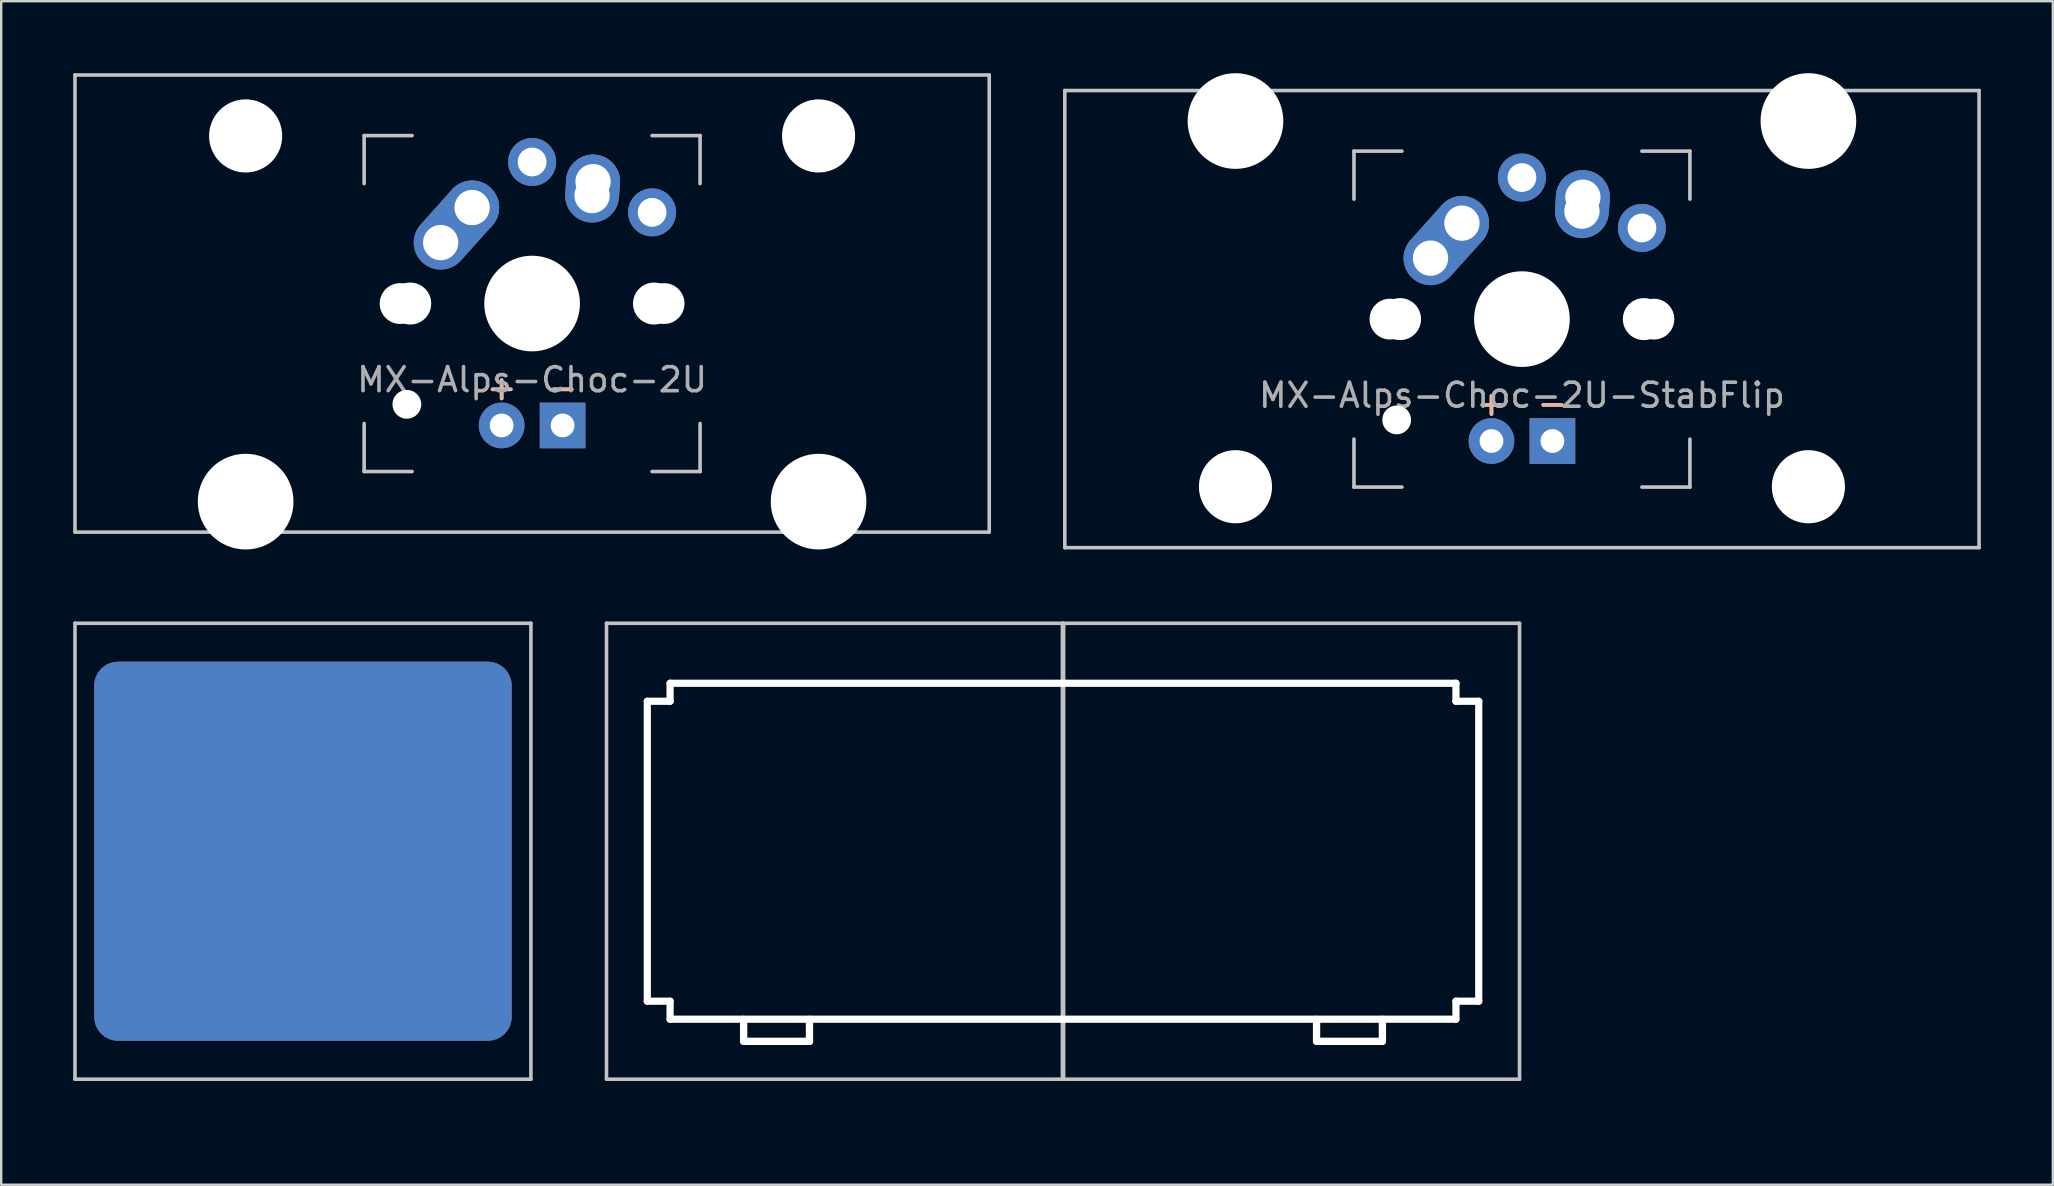
<source format=kicad_pcb>
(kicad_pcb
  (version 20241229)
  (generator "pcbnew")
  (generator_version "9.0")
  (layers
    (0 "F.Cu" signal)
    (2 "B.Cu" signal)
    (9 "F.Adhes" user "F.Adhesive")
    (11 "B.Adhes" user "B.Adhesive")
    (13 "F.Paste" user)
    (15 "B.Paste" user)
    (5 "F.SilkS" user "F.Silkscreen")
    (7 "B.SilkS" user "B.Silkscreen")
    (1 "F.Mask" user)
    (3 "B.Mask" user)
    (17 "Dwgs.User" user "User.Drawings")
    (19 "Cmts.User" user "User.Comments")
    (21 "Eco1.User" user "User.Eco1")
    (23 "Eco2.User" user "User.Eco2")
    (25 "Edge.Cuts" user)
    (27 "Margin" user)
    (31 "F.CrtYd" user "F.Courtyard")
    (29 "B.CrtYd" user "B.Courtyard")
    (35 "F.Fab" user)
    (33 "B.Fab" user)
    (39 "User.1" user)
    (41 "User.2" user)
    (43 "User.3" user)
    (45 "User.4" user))
  (footprint "MX-Alps_FMask"
    (layer "F.Cu")
    (at 9.575 32.424)
    (property "Reference" "MX-Alps_FMask" (at 0.25 10.05 0) (layer "Eco2.User") (effects (font (size 1 1) (thickness 0.15))))
    (attr through_hole)
    (fp_line (start -9.5 -9.5) (end 9.5 -9.5) (stroke (width 0.15) (type solid)) (layer "Dwgs.User"))
    (fp_line (start -9.5 9.5) (end -9.5 -9.5) (stroke (width 0.15) (type solid)) (layer "Dwgs.User"))
    (fp_line (start 9.5 -9.5) (end 9.5 9.5) (stroke (width 0.15) (type solid)) (layer "Dwgs.User"))
    (fp_line (start 9.5 9.5) (end -9.5 9.5) (stroke (width 0.15) (type solid)) (layer "Dwgs.User"))
    (pad "1" smd roundrect (at 0 0 180) (size 17.4 15.8) (layers "F.Cu" "F.Mask") (roundrect_rratio 0.063))
    (pad "1" smd roundrect (at 0 0 180) (size 17.4 15.8) (layers "B.Cu" "B.Mask") (roundrect_rratio 0.063)))
  (footprint "MX-Alps_Switch_Cutout-1u_2u"
    (layer "F.Cu")
    (at 41.25 32.424)
    (property "Reference" "MX-Alps_Switch_Cutout-1u_2u" (at 0.25 10.05 0) (layer "Eco2.User") (effects (font (size 1 1) (thickness 0.15))))
    (attr through_hole)
    (fp_line (start -19.025 -9.5) (end -0.025 -9.5) (stroke (width 0.15) (type solid)) (layer "Dwgs.User"))
    (fp_line (start -19.025 9.5) (end -19.025 -9.5) (stroke (width 0.15) (type solid)) (layer "Dwgs.User"))
    (fp_line (start -0.025 -9.5) (end -0.025 9.5) (stroke (width 0.15) (type solid)) (layer "Dwgs.User"))
    (fp_line (start -0.025 9.5) (end -19.025 9.5) (stroke (width 0.15) (type solid)) (layer "Dwgs.User"))
    (fp_line (start 0.025 -9.5) (end 19.025 -9.5) (stroke (width 0.15) (type solid)) (layer "Dwgs.User"))
    (fp_line (start 0.025 9.5) (end 0.025 -9.5) (stroke (width 0.15) (type solid)) (layer "Dwgs.User"))
    (fp_line (start 19.025 -9.5) (end 19.025 9.5) (stroke (width 0.15) (type solid)) (layer "Dwgs.User"))
    (fp_line (start 19.025 9.5) (end 0.025 9.5) (stroke (width 0.15) (type solid)) (layer "Dwgs.User"))
    (pad "" np_thru_hole oval (at -17.325 0) (size 0.3 12.8) (drill oval 0.3 12.8) (layers "*.Cu" "*.Mask"))
    (pad "" np_thru_hole oval (at -16.85 -6.25) (size 1.25 0.3) (drill oval 1.25 0.3) (layers "*.Cu" "*.Mask"))
    (pad "" np_thru_hole oval (at -16.85 6.25) (size 1.25 0.3) (drill oval 1.25 0.3) (layers "*.Cu" "*.Mask"))
    (pad "" np_thru_hole oval (at -16.375 -6.625) (size 0.3 1.05) (drill oval 0.3 1.05) (layers "*.Cu" "*.Mask"))
    (pad "" np_thru_hole oval (at -16.375 6.625) (size 0.3 1.05) (drill oval 0.3 1.05) (layers "*.Cu" "*.Mask"))
    (pad "" np_thru_hole oval (at -13.31 7.465) (size 0.305 1.219) (drill oval 0.305 1.219) (layers "*.Cu" "*.Mask"))
    (pad "" np_thru_hole oval (at -11.938 7.922) (size 3.048 0.305) (drill oval 3.048 0.305) (layers "*.Cu" "*.Mask"))
    (pad "" np_thru_hole oval (at -10.566 7.465) (size 0.305 1.219) (drill oval 0.305 1.219) (layers "*.Cu" "*.Mask"))
    (pad "" np_thru_hole oval (at 0 -7) (size 33.05 0.3) (drill oval 33.05 0.3) (layers "*.Cu" "*.Mask"))
    (pad "" np_thru_hole oval (at 0 7) (size 33.05 0.3) (drill oval 33.05 0.3) (layers "*.Cu" "*.Mask"))
    (pad "" np_thru_hole oval (at 10.566 7.465) (size 0.305 1.219) (drill oval 0.305 1.219) (layers "*.Cu" "*.Mask"))
    (pad "" np_thru_hole oval (at 11.938 7.922) (size 3.048 0.305) (drill oval 3.048 0.305) (layers "*.Cu" "*.Mask"))
    (pad "" np_thru_hole oval (at 13.31 7.465) (size 0.305 1.219) (drill oval 0.305 1.219) (layers "*.Cu" "*.Mask"))
    (pad "" np_thru_hole oval (at 16.375 -6.625) (size 0.3 1.05) (drill oval 0.3 1.05) (layers "*.Cu" "*.Mask"))
    (pad "" np_thru_hole oval (at 16.375 6.625) (size 0.3 1.05) (drill oval 0.3 1.05) (layers "*.Cu" "*.Mask"))
    (pad "" np_thru_hole oval (at 16.85 -6.25) (size 1.25 0.3) (drill oval 1.25 0.3) (layers "*.Cu" "*.Mask"))
    (pad "" np_thru_hole oval (at 16.85 6.25) (size 1.25 0.3) (drill oval 1.25 0.3) (layers "*.Cu" "*.Mask"))
    (pad "" np_thru_hole oval (at 17.325 0) (size 0.3 12.8) (drill oval 0.3 12.8) (layers "*.Cu" "*.Mask")))
  (footprint "MX-Alps-Choc-2U"
    (layer "F.Cu")
    (at 19.125 9.6)
    (property "Reference" "MX-Alps-Choc-2U" (at 0 3.175 0) (layer "F.Fab") (effects (font (size 1 1) (thickness 0.15))))
    (attr through_hole)
    (fp_line (start -19.05 -9.525) (end 19.05 -9.525) (stroke (width 0.15) (type solid)) (layer "Dwgs.User"))
    (fp_line (start -19.05 9.525) (end -19.05 -9.525) (stroke (width 0.15) (type solid)) (layer "Dwgs.User"))
    (fp_line (start -7 -7) (end -7 -5) (stroke (width 0.15) (type solid)) (layer "Dwgs.User"))
    (fp_line (start -7 5) (end -7 7) (stroke (width 0.15) (type solid)) (layer "Dwgs.User"))
    (fp_line (start -7 7) (end -5 7) (stroke (width 0.15) (type solid)) (layer "Dwgs.User"))
    (fp_line (start -5 -7) (end -7 -7) (stroke (width 0.15) (type solid)) (layer "Dwgs.User"))
    (fp_line (start 5 -7) (end 7 -7) (stroke (width 0.15) (type solid)) (layer "Dwgs.User"))
    (fp_line (start 5 7) (end 7 7) (stroke (width 0.15) (type solid)) (layer "Dwgs.User"))
    (fp_line (start 7 -7) (end 7 -5) (stroke (width 0.15) (type solid)) (layer "Dwgs.User"))
    (fp_line (start 7 7) (end 7 5) (stroke (width 0.15) (type solid)) (layer "Dwgs.User"))
    (fp_line (start 19.05 -9.525) (end 19.05 9.525) (stroke (width 0.15) (type solid)) (layer "Dwgs.User"))
    (fp_line (start 19.05 9.525) (end -19.05 9.525) (stroke (width 0.15) (type solid)) (layer "Dwgs.User"))
    (fp_text user "-" (at 1.27 3.5 0) (layer "F.SilkS") (effects (font (size 1 1) (thickness 0.15))))
    (fp_text user "+" (at -1.27 3.5 0) (layer "F.SilkS") (effects (font (size 1 1) (thickness 0.15))))
    (fp_text user "+" (at -1.27 3.5 0) (layer "B.SilkS") (effects (font (size 1 1) (thickness 0.15))))
    (fp_text user "-" (at 1.27 3.5 0) (layer "B.SilkS") (effects (font (size 1 1) (thickness 0.15))))
    (pad "" np_thru_hole circle (at -11.938 -6.985) (size 3.048 3.048) (drill 3.048) (layers "*.Cu" "*.Mask"))
    (pad "" np_thru_hole circle (at -11.938 8.255) (size 3.988 3.988) (drill 3.988) (layers "*.Cu" "*.Mask"))
    (pad "" np_thru_hole circle (at -5.5 0 48.1) (size 1.7 1.7) (drill 1.7) (layers "*.Cu" "*.Mask"))
    (pad "" np_thru_hole circle (at -5.22 4.2 48.1) (size 1.2 1.2) (drill 1.2) (layers "*.Cu" "*.Mask"))
    (pad "" np_thru_hole circle (at -5.08 0 48.1) (size 1.75 1.75) (drill 1.75) (layers "*.Cu" "*.Mask"))
    (pad "" np_thru_hole circle (at 0 0) (size 3.988 3.988) (drill 3.988) (layers "*.Cu" "*.Mask"))
    (pad "" np_thru_hole circle (at 5.08 0 48.1) (size 1.75 1.75) (drill 1.75) (layers "*.Cu" "*.Mask"))
    (pad "" np_thru_hole circle (at 5.5 0 48.1) (size 1.7 1.7) (drill 1.7) (layers "*.Cu" "*.Mask"))
    (pad "" np_thru_hole circle (at 11.938 -6.985) (size 3.048 3.048) (drill 3.048) (layers "*.Cu" "*.Mask"))
    (pad "" np_thru_hole circle (at 11.938 8.255) (size 3.988 3.988) (drill 3.988) (layers "*.Cu" "*.Mask"))
    (pad "1" thru_hole oval (at 2.5 -4.5 86.1) (size 2.831 2.25) (drill 1.47 (offset 0.291 0)) (layers "*.Cu" "*.Mask"))
    (pad "1" thru_hole circle (at 2.54 -5.08) (size 2.25 2.25) (drill 1.47) (layers "*.Cu" "*.Mask"))
    (pad "1" thru_hole circle (at 5 -3.8) (size 2 2) (drill 1.2) (layers "*.Cu" "*.Mask"))
    (pad "2" thru_hole oval (at -3.81 -2.54 48.1) (size 4.212 2.25) (drill 1.47 (offset 0.981 0)) (layers "*.Cu" "*.Mask"))
    (pad "2" thru_hole circle (at -2.5 -4) (size 2.25 2.25) (drill 1.47) (layers "*.Cu" "*.Mask"))
    (pad "2" thru_hole circle (at 0 -5.9) (size 2 2) (drill 1.2) (layers "*.Cu" "*.Mask"))
    (pad "3" thru_hole circle (at -1.27 5.08) (size 1.905 1.905) (drill 0.991) (layers "*.Cu" "*.Mask"))
    (pad "4" thru_hole rect (at 1.27 5.08) (size 1.905 1.905) (drill 0.991) (layers "*.Cu" "*.Mask")))
  (footprint "MX-Alps-Choc-2U-StabFlip"
    (layer "F.Cu")
    (at 60.375 10.249)
    (property "Reference" "MX-Alps-Choc-2U-StabFlip" (at 0 3.175 0) (layer "F.Fab") (effects (font (size 1 1) (thickness 0.15))))
    (attr through_hole)
    (fp_line (start -19.05 -9.525) (end 19.05 -9.525) (stroke (width 0.15) (type solid)) (layer "Dwgs.User"))
    (fp_line (start -19.05 9.525) (end -19.05 -9.525) (stroke (width 0.15) (type solid)) (layer "Dwgs.User"))
    (fp_line (start -7 -7) (end -7 -5) (stroke (width 0.15) (type solid)) (layer "Dwgs.User"))
    (fp_line (start -7 5) (end -7 7) (stroke (width 0.15) (type solid)) (layer "Dwgs.User"))
    (fp_line (start -7 7) (end -5 7) (stroke (width 0.15) (type solid)) (layer "Dwgs.User"))
    (fp_line (start -5 -7) (end -7 -7) (stroke (width 0.15) (type solid)) (layer "Dwgs.User"))
    (fp_line (start 5 -7) (end 7 -7) (stroke (width 0.15) (type solid)) (layer "Dwgs.User"))
    (fp_line (start 5 7) (end 7 7) (stroke (width 0.15) (type solid)) (layer "Dwgs.User"))
    (fp_line (start 7 -7) (end 7 -5) (stroke (width 0.15) (type solid)) (layer "Dwgs.User"))
    (fp_line (start 7 7) (end 7 5) (stroke (width 0.15) (type solid)) (layer "Dwgs.User"))
    (fp_line (start 19.05 -9.525) (end 19.05 9.525) (stroke (width 0.15) (type solid)) (layer "Dwgs.User"))
    (fp_line (start 19.05 9.525) (end -19.05 9.525) (stroke (width 0.15) (type solid)) (layer "Dwgs.User"))
    (fp_text user "-" (at 1.27 3.5 0) (layer "F.SilkS") (effects (font (size 1 1) (thickness 0.15))))
    (fp_text user "+" (at -1.27 3.5 0) (layer "F.SilkS") (effects (font (size 1 1) (thickness 0.15))))
    (fp_text user "-" (at 1.27 3.5 0) (layer "B.SilkS") (effects (font (size 1 1) (thickness 0.15))))
    (fp_text user "+" (at -1.27 3.5 0) (layer "B.SilkS") (effects (font (size 1 1) (thickness 0.15))))
    (pad "" np_thru_hole circle (at -11.938 -8.255) (size 3.988 3.988) (drill 3.988) (layers "*.Cu" "*.Mask"))
    (pad "" np_thru_hole circle (at -11.938 6.985) (size 3.048 3.048) (drill 3.048) (layers "*.Cu" "*.Mask"))
    (pad "" np_thru_hole circle (at -5.5 0 48.1) (size 1.7 1.7) (drill 1.7) (layers "*.Cu" "*.Mask"))
    (pad "" np_thru_hole circle (at -5.22 4.2 48.1) (size 1.2 1.2) (drill 1.2) (layers "*.Cu" "*.Mask"))
    (pad "" np_thru_hole circle (at -5.08 0 48.1) (size 1.75 1.75) (drill 1.75) (layers "*.Cu" "*.Mask"))
    (pad "" np_thru_hole circle (at 0 0) (size 3.988 3.988) (drill 3.988) (layers "*.Cu" "*.Mask"))
    (pad "" np_thru_hole circle (at 5.08 0 48.1) (size 1.75 1.75) (drill 1.75) (layers "*.Cu" "*.Mask"))
    (pad "" np_thru_hole circle (at 5.5 0 48.1) (size 1.7 1.7) (drill 1.7) (layers "*.Cu" "*.Mask"))
    (pad "" np_thru_hole circle (at 11.938 -8.255) (size 3.988 3.988) (drill 3.988) (layers "*.Cu" "*.Mask"))
    (pad "" np_thru_hole circle (at 11.938 6.985) (size 3.048 3.048) (drill 3.048) (layers "*.Cu" "*.Mask"))
    (pad "1" thru_hole oval (at 2.5 -4.5 86.1) (size 2.831 2.25) (drill 1.47 (offset 0.291 0)) (layers "*.Cu" "*.Mask"))
    (pad "1" thru_hole circle (at 2.54 -5.08) (size 2.25 2.25) (drill 1.47) (layers "*.Cu" "*.Mask"))
    (pad "1" thru_hole circle (at 5 -3.8) (size 2 2) (drill 1.2) (layers "*.Cu" "*.Mask"))
    (pad "2" thru_hole oval (at -3.81 -2.54 48.1) (size 4.212 2.25) (drill 1.47 (offset 0.981 0)) (layers "*.Cu" "*.Mask"))
    (pad "2" thru_hole circle (at -2.5 -4) (size 2.25 2.25) (drill 1.47) (layers "*.Cu" "*.Mask"))
    (pad "2" thru_hole circle (at 0 -5.9) (size 2 2) (drill 1.2) (layers "*.Cu" "*.Mask"))
    (pad "3" thru_hole circle (at -1.27 5.08) (size 1.905 1.905) (drill 0.991) (layers "*.Cu" "*.Mask"))
    (pad "4" thru_hole rect (at 1.27 5.08) (size 1.905 1.905) (drill 0.991) (layers "*.Cu" "*.Mask")))
  (gr_rect
    (start -3 -3)
    (end 82.5 46.322)
    (stroke (width 0.1) (type default))
    (fill no)
    (layer "Edge.Cuts")))
</source>
